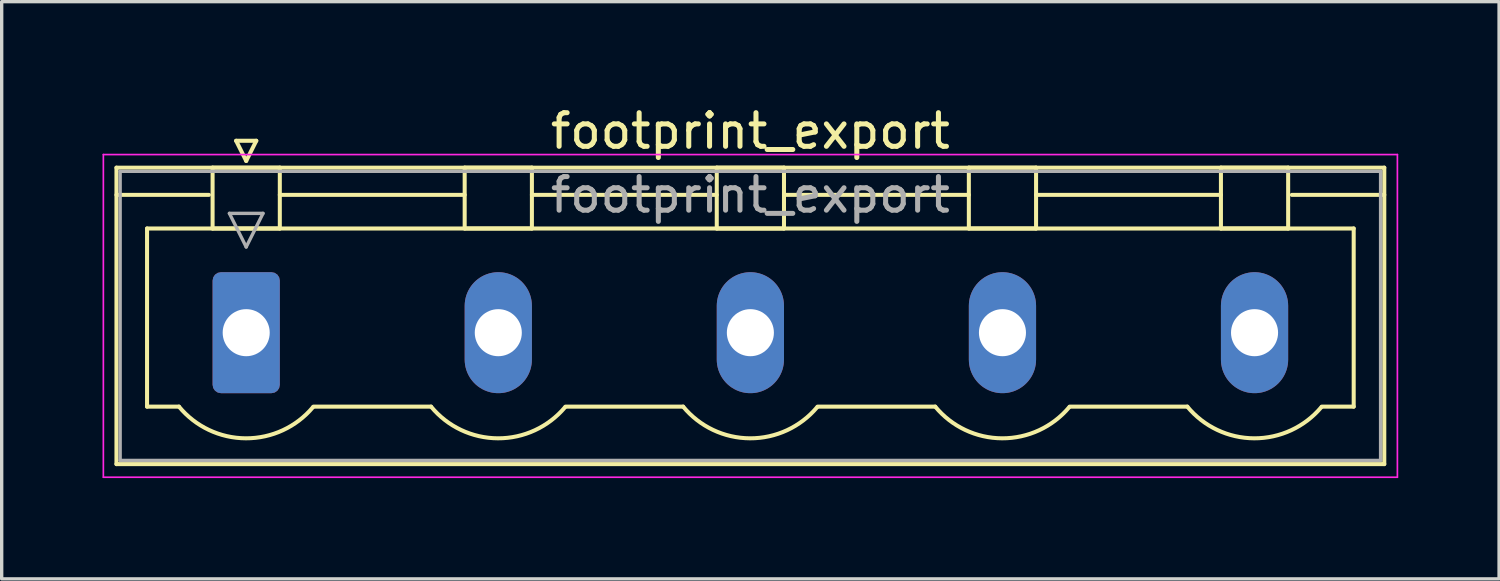
<source format=kicad_pcb>
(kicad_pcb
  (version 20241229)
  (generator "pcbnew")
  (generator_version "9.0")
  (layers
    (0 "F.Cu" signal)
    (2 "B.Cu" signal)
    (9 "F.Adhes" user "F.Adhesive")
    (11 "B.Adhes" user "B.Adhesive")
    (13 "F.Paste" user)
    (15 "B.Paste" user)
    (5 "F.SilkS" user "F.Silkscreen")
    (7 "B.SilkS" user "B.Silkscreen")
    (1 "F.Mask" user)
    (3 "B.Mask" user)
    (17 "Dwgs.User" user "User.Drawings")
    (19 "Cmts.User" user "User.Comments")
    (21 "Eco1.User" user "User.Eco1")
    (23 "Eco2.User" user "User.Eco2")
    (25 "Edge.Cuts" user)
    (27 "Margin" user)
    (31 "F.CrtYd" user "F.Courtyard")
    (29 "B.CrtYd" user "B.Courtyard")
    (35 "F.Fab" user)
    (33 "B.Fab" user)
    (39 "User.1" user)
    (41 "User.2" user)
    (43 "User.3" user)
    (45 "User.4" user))
  (footprint "footprint_export"
    (layer "F.Cu")
    (at 4.275 6.848)
    (property "Reference" "footprint_export" (at 15 -6 0) (layer "F.SilkS") (effects (font (size 1 1) (thickness 0.15))))
    (attr through_hole)
    (fp_line (start -3.86 -4.91) (end -3.86 3.91) (stroke (width 0.12) (type solid)) (layer "F.SilkS"))
    (fp_line (start -3.86 -4.1) (end -1.11 -4.1) (stroke (width 0.12) (type solid)) (layer "F.SilkS"))
    (fp_line (start -3.86 3.91) (end 33.86 3.91) (stroke (width 0.12) (type solid)) (layer "F.SilkS"))
    (fp_line (start -2.95 -3.1) (end 32.95 -3.1) (stroke (width 0.12) (type solid)) (layer "F.SilkS"))
    (fp_line (start -2.95 2.2) (end -2.95 -3.1) (stroke (width 0.12) (type solid)) (layer "F.SilkS"))
    (fp_line (start -2 2.2) (end -2.95 2.2) (stroke (width 0.12) (type solid)) (layer "F.SilkS"))
    (fp_line (start -1 -4.91) (end 1 -4.91) (stroke (width 0.12) (type solid)) (layer "F.SilkS"))
    (fp_line (start -1 -3.1) (end -1 -4.91) (stroke (width 0.12) (type solid)) (layer "F.SilkS"))
    (fp_line (start -0.3 -5.71) (end 0.3 -5.71) (stroke (width 0.12) (type solid)) (layer "F.SilkS"))
    (fp_line (start 0 -5.11) (end -0.3 -5.71) (stroke (width 0.12) (type solid)) (layer "F.SilkS"))
    (fp_line (start 0.3 -5.71) (end 0 -5.11) (stroke (width 0.12) (type solid)) (layer "F.SilkS"))
    (fp_line (start 1 -4.91) (end 1 -3.1) (stroke (width 0.12) (type solid)) (layer "F.SilkS"))
    (fp_line (start 1 -4.1) (end 6.5 -4.1) (stroke (width 0.12) (type solid)) (layer "F.SilkS"))
    (fp_line (start 1 -3.1) (end -1 -3.1) (stroke (width 0.12) (type solid)) (layer "F.SilkS"))
    (fp_line (start 2 2.2) (end 5.5 2.2) (stroke (width 0.12) (type solid)) (layer "F.SilkS"))
    (fp_line (start 6.5 -4.91) (end 8.5 -4.91) (stroke (width 0.12) (type solid)) (layer "F.SilkS"))
    (fp_line (start 6.5 -3.1) (end 6.5 -4.91) (stroke (width 0.12) (type solid)) (layer "F.SilkS"))
    (fp_line (start 8.5 -4.91) (end 8.5 -3.1) (stroke (width 0.12) (type solid)) (layer "F.SilkS"))
    (fp_line (start 8.5 -4.1) (end 14 -4.1) (stroke (width 0.12) (type solid)) (layer "F.SilkS"))
    (fp_line (start 8.5 -3.1) (end 6.5 -3.1) (stroke (width 0.12) (type solid)) (layer "F.SilkS"))
    (fp_line (start 9.5 2.2) (end 13 2.2) (stroke (width 0.12) (type solid)) (layer "F.SilkS"))
    (fp_line (start 14 -4.91) (end 16 -4.91) (stroke (width 0.12) (type solid)) (layer "F.SilkS"))
    (fp_line (start 14 -3.1) (end 14 -4.91) (stroke (width 0.12) (type solid)) (layer "F.SilkS"))
    (fp_line (start 16 -4.91) (end 16 -3.1) (stroke (width 0.12) (type solid)) (layer "F.SilkS"))
    (fp_line (start 16 -4.1) (end 21.5 -4.1) (stroke (width 0.12) (type solid)) (layer "F.SilkS"))
    (fp_line (start 16 -3.1) (end 14 -3.1) (stroke (width 0.12) (type solid)) (layer "F.SilkS"))
    (fp_line (start 17 2.2) (end 20.5 2.2) (stroke (width 0.12) (type solid)) (layer "F.SilkS"))
    (fp_line (start 21.5 -4.91) (end 23.5 -4.91) (stroke (width 0.12) (type solid)) (layer "F.SilkS"))
    (fp_line (start 21.5 -3.1) (end 21.5 -4.91) (stroke (width 0.12) (type solid)) (layer "F.SilkS"))
    (fp_line (start 23.5 -4.91) (end 23.5 -3.1) (stroke (width 0.12) (type solid)) (layer "F.SilkS"))
    (fp_line (start 23.5 -4.1) (end 29 -4.1) (stroke (width 0.12) (type solid)) (layer "F.SilkS"))
    (fp_line (start 23.5 -3.1) (end 21.5 -3.1) (stroke (width 0.12) (type solid)) (layer "F.SilkS"))
    (fp_line (start 24.5 2.2) (end 28 2.2) (stroke (width 0.12) (type solid)) (layer "F.SilkS"))
    (fp_line (start 29 -4.91) (end 31 -4.91) (stroke (width 0.12) (type solid)) (layer "F.SilkS"))
    (fp_line (start 29 -3.1) (end 29 -4.91) (stroke (width 0.12) (type solid)) (layer "F.SilkS"))
    (fp_line (start 31 -4.91) (end 31 -3.1) (stroke (width 0.12) (type solid)) (layer "F.SilkS"))
    (fp_line (start 31 -3.1) (end 29 -3.1) (stroke (width 0.12) (type solid)) (layer "F.SilkS"))
    (fp_line (start 32.95 -3.1) (end 32.95 2.2) (stroke (width 0.12) (type solid)) (layer "F.SilkS"))
    (fp_line (start 32.95 2.2) (end 32 2.2) (stroke (width 0.12) (type solid)) (layer "F.SilkS"))
    (fp_line (start 33.86 -4.91) (end -3.86 -4.91) (stroke (width 0.12) (type solid)) (layer "F.SilkS"))
    (fp_line (start 33.86 -4.1) (end 31.11 -4.1) (stroke (width 0.12) (type solid)) (layer "F.SilkS"))
    (fp_line (start 33.86 3.91) (end 33.86 -4.91) (stroke (width 0.12) (type solid)) (layer "F.SilkS"))
    (fp_arc (start 1.986842 2.215821) (mid -0.010289 3.142758) (end -2 2.2) (stroke (width 0.12) (type solid)) (layer "F.SilkS"))
    (fp_arc (start 9.486842 2.215821) (mid 7.489711 3.142758) (end 5.5 2.2) (stroke (width 0.12) (type solid)) (layer "F.SilkS"))
    (fp_arc (start 16.986842 2.215821) (mid 14.989711 3.142758) (end 13 2.2) (stroke (width 0.12) (type solid)) (layer "F.SilkS"))
    (fp_arc (start 24.486842 2.215821) (mid 22.489711 3.142758) (end 20.5 2.2) (stroke (width 0.12) (type solid)) (layer "F.SilkS"))
    (fp_arc (start 31.986842 2.215821) (mid 29.989711 3.142758) (end 28 2.2) (stroke (width 0.12) (type solid)) (layer "F.SilkS"))
    (fp_line (start -4.25 -5.3) (end -4.25 4.3) (stroke (width 0.05) (type solid)) (layer "F.CrtYd"))
    (fp_line (start -4.25 4.3) (end 34.25 4.3) (stroke (width 0.05) (type solid)) (layer "F.CrtYd"))
    (fp_line (start 34.25 -5.3) (end -4.25 -5.3) (stroke (width 0.05) (type solid)) (layer "F.CrtYd"))
    (fp_line (start 34.25 4.3) (end 34.25 -5.3) (stroke (width 0.05) (type solid)) (layer "F.CrtYd"))
    (fp_line (start -3.75 -4.8) (end -3.75 3.8) (stroke (width 0.1) (type solid)) (layer "F.Fab"))
    (fp_line (start -3.75 3.8) (end 33.75 3.8) (stroke (width 0.1) (type solid)) (layer "F.Fab"))
    (fp_line (start -0.5 -3.55) (end 0.5 -3.55) (stroke (width 0.1) (type solid)) (layer "F.Fab"))
    (fp_line (start 0 -2.55) (end -0.5 -3.55) (stroke (width 0.1) (type solid)) (layer "F.Fab"))
    (fp_line (start 0.5 -3.55) (end 0 -2.55) (stroke (width 0.1) (type solid)) (layer "F.Fab"))
    (fp_line (start 33.75 -4.8) (end -3.75 -4.8) (stroke (width 0.1) (type solid)) (layer "F.Fab"))
    (fp_line (start 33.75 3.8) (end 33.75 -4.8) (stroke (width 0.1) (type solid)) (layer "F.Fab"))
    (fp_text user "${REFERENCE}" (at 15 -4.1 0) (layer "F.Fab") (effects (font (size 1 1) (thickness 0.15))))
    (pad "1" thru_hole roundrect (at 0 0) (size 2 3.6) (drill 1.4) (layers "*.Cu" "*.Mask") (roundrect_rratio 0.125))
    (pad "2" thru_hole oval (at 7.5 0) (size 2 3.6) (drill 1.4) (layers "*.Cu" "*.Mask"))
    (pad "3" thru_hole oval (at 15 0) (size 2 3.6) (drill 1.4) (layers "*.Cu" "*.Mask"))
    (pad "4" thru_hole oval (at 22.5 0) (size 2 3.6) (drill 1.4) (layers "*.Cu" "*.Mask"))
    (pad "5" thru_hole oval (at 30 0) (size 2 3.6) (drill 1.4) (layers "*.Cu" "*.Mask")))
  (gr_rect
    (start -3 -3)
    (end 41.55 14.173)
    (stroke (width 0.1) (type default))
    (fill no)
    (layer "Edge.Cuts")))
</source>
